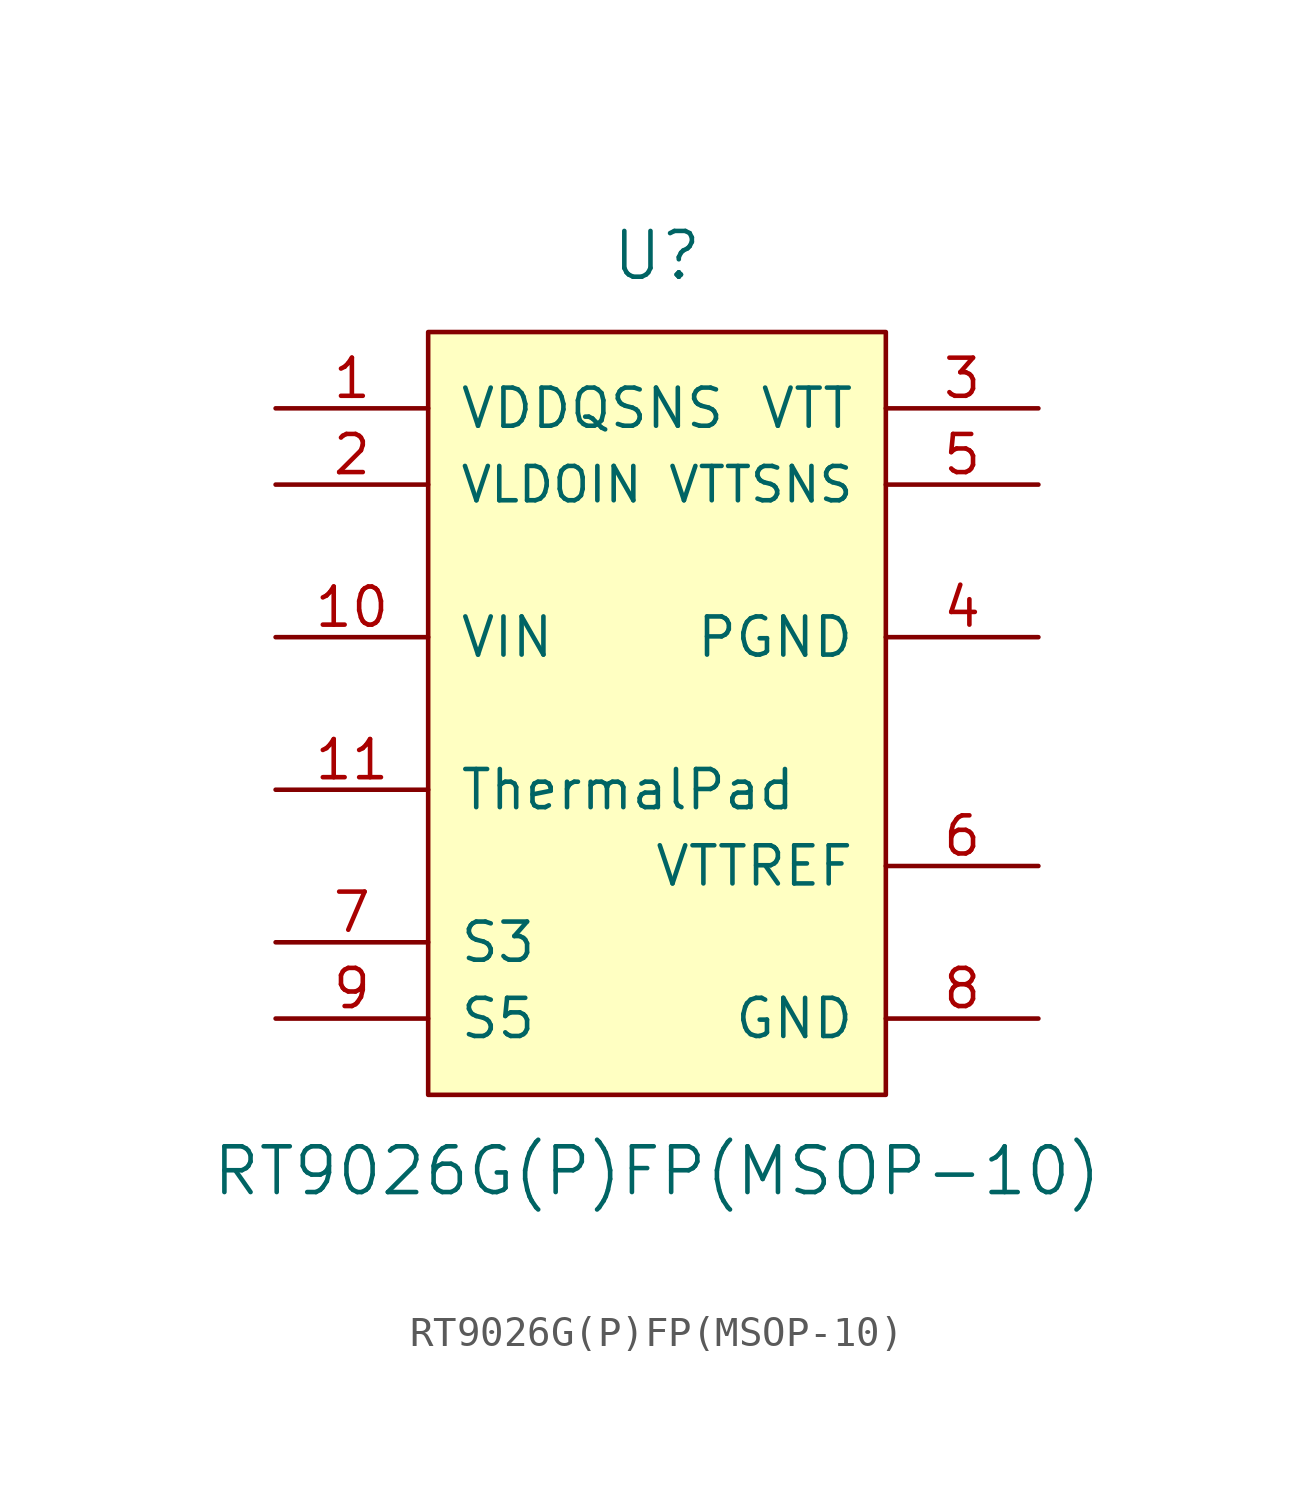
<source format=kicad_sym>
(kicad_symbol_lib
  (version 20220914)
  (generator kicad_symbol_editor)
  (symbol "RT9026G(P)FP(MSOP-10)"
    (pin_names
      (offset 1.016))
    (property "Reference" "U"
      (at 0 15.24 0)
      (effects (font (size 1.524 1.524))))
    (property "Value" "RT9026G(P)FP(MSOP-10)"
      (at 0 -15.24 0)
      (effects (font (size 1.524 1.524))))
    (symbol "RT9026G(P)FP(MSOP-10)_1_1"
      (rectangle (start -7.62 12.7) (end 7.62 -12.7) (stroke (width 0) (type solid)) (fill (type background)))
      (pin input line (at -12.7 10.16 0) (length 5.08) (name "VDDQSNS" (effects (font (size 1.27 1.27)))) (number "1" (effects (font (size 1.27 1.27)))))
      (pin power_in line (at -12.7 2.54 0) (length 5.08) (name "VIN" (effects (font (size 1.27 1.27)))) (number "10" (effects (font (size 1.27 1.27)))))
      (pin input line (at -12.7 -2.54 0) (length 5.08) (name "ThermalPad" (effects (font (size 1.27 1.27)))) (number "11" (effects (font (size 1.27 1.27)))))
      (pin power_in line (at -12.7 7.62 0) (length 5.08) (name "VLDOIN" (effects (font (size 1.143 1.143)))) (number "2" (effects (font (size 1.27 1.27)))))
      (pin power_out line (at 12.7 10.16 180) (length 5.08) (name "VTT" (effects (font (size 1.27 1.27)))) (number "3" (effects (font (size 1.27 1.27)))))
      (pin power_in line (at 12.7 2.54 180) (length 5.08) (name "PGND" (effects (font (size 1.27 1.27)))) (number "4" (effects (font (size 1.27 1.27)))))
      (pin input line (at 12.7 7.62 180) (length 5.08) (name "VTTSNS" (effects (font (size 1.143 1.143)))) (number "5" (effects (font (size 1.27 1.27)))))
      (pin output line (at 12.7 -5.08 180) (length 5.08) (name "VTTREF" (effects (font (size 1.27 1.27)))) (number "6" (effects (font (size 1.27 1.27)))))
      (pin input line (at -12.7 -7.62 0) (length 5.08) (name "S3" (effects (font (size 1.27 1.27)))) (number "7" (effects (font (size 1.27 1.27)))))
      (pin power_in line (at 12.7 -10.16 180) (length 5.08) (name "GND" (effects (font (size 1.27 1.27)))) (number "8" (effects (font (size 1.27 1.27)))))
      (pin input line (at -12.7 -10.16 0) (length 5.08) (name "S5" (effects (font (size 1.27 1.27)))) (number "9" (effects (font (size 1.27 1.27))))))))
</source>
